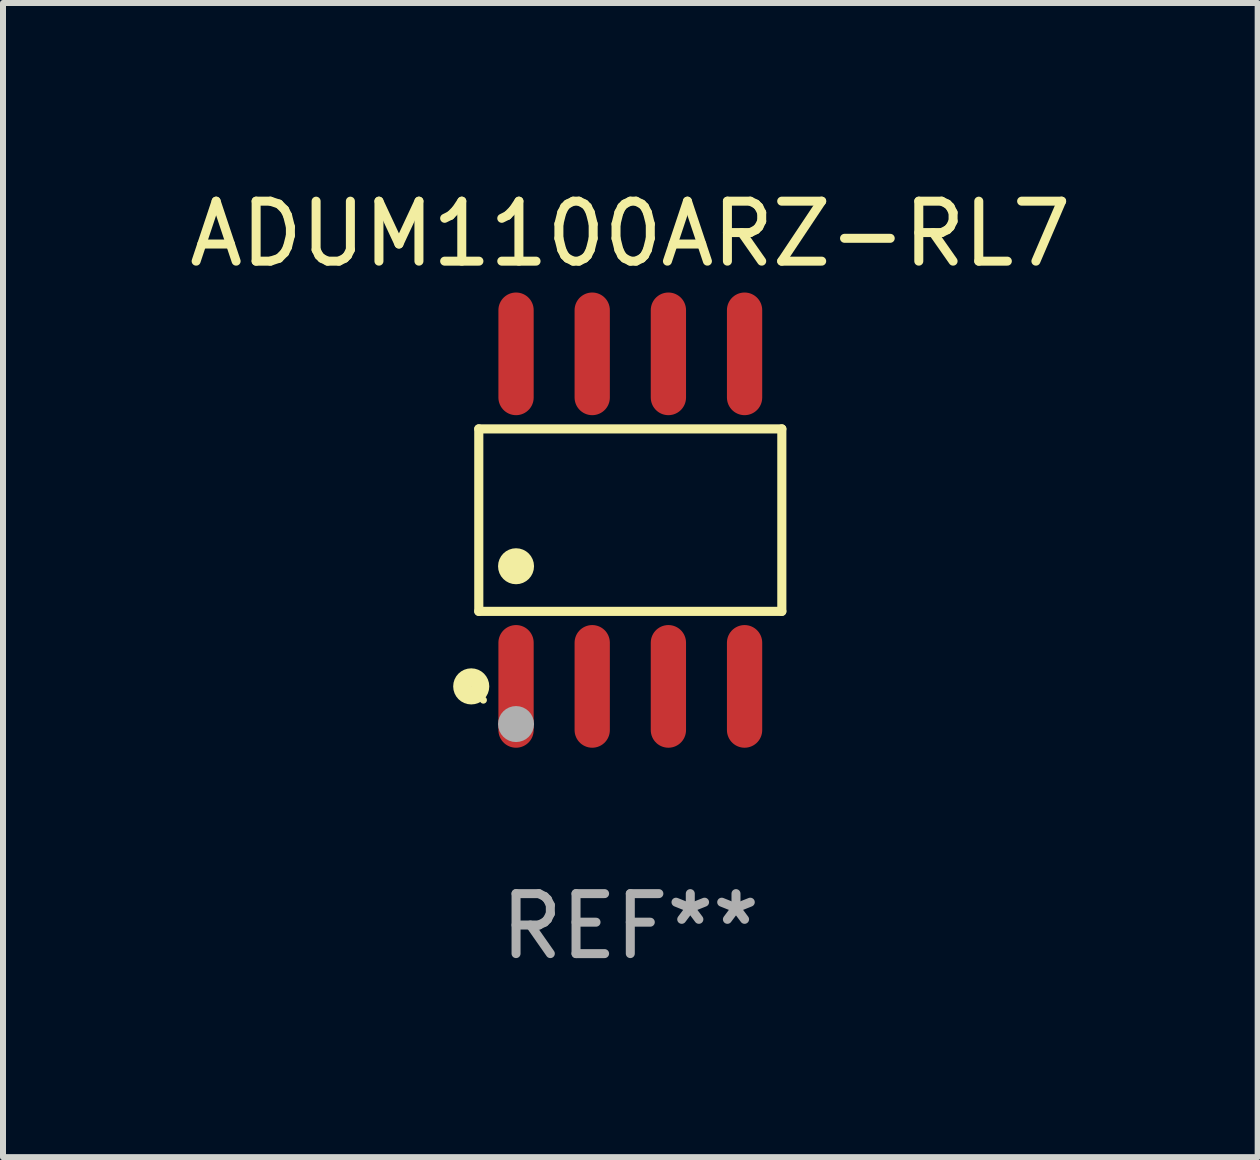
<source format=kicad_pcb>
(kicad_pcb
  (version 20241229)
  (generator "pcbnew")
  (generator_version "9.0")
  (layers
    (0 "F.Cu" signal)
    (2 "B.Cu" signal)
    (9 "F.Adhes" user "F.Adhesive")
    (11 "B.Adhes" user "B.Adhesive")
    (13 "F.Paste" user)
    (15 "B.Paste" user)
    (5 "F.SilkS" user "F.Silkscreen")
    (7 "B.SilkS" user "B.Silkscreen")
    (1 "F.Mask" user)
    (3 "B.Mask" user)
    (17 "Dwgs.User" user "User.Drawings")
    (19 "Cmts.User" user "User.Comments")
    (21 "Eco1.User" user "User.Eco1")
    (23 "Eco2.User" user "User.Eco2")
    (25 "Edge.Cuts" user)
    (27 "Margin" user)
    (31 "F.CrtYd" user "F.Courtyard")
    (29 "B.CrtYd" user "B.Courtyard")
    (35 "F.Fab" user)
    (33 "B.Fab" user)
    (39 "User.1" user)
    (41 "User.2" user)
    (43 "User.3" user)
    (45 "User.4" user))
  (footprint "ADUM1100ARZ-RL7"
    (layer "F.Cu")
    (at 7.458 5.621)
    (property "Reference" "ADUM1100ARZ-RL7" (at 0 -4.772 0) (layer "F.SilkS") (effects (font (size 1 1) (thickness 0.15))))
    (attr through_hole)
    (fp_line (start -2.526 -1.521) (end 2.526 -1.521) (stroke (width 0.152) (type solid)) (layer "F.SilkS"))
    (fp_line (start -2.526 1.521) (end -2.526 -1.521) (stroke (width 0.152) (type solid)) (layer "F.SilkS"))
    (fp_line (start 2.526 -1.521) (end 2.526 1.521) (stroke (width 0.152) (type solid)) (layer "F.SilkS"))
    (fp_line (start 2.526 1.521) (end -2.526 1.521) (stroke (width 0.152) (type solid)) (layer "F.SilkS"))
    (fp_circle (center -2.652 2.772) (end -2.501 2.772) (stroke (width 0.3) (type solid)) (fill no) (layer "F.SilkS"))
    (fp_circle (center -2.45 3) (end -2.42 3) (stroke (width 0.06) (type solid)) (fill no) (layer "F.SilkS"))
    (fp_circle (center -1.905 0.769) (end -1.755 0.769) (stroke (width 0.3) (type solid)) (fill no) (layer "F.SilkS"))
    (fp_circle (center -1.905 3.4) (end -1.755 3.4) (stroke (width 0.3) (type solid)) (fill no) (layer "F.Fab"))
    (fp_text user "REF**" (at 0 6.772 0) (layer "F.Fab") (effects (font (size 1 1) (thickness 0.15))))
    (pad "1" smd oval (at -1.905 2.772) (size 0.588 2.045) (layers "F.Cu" "F.Mask" "F.Paste"))
    (pad "2" smd oval (at -0.635 2.772) (size 0.588 2.045) (layers "F.Cu" "F.Mask" "F.Paste"))
    (pad "3" smd oval (at 0.635 2.772) (size 0.588 2.045) (layers "F.Cu" "F.Mask" "F.Paste"))
    (pad "4" smd oval (at 1.905 2.772) (size 0.588 2.045) (layers "F.Cu" "F.Mask" "F.Paste"))
    (pad "5" smd oval (at 1.905 -2.772) (size 0.588 2.045) (layers "F.Cu" "F.Mask" "F.Paste"))
    (pad "6" smd oval (at 0.635 -2.772) (size 0.588 2.045) (layers "F.Cu" "F.Mask" "F.Paste"))
    (pad "7" smd oval (at -0.635 -2.772) (size 0.588 2.045) (layers "F.Cu" "F.Mask" "F.Paste"))
    (pad "8" smd oval (at -1.905 -2.772) (size 0.588 2.045) (layers "F.Cu" "F.Mask" "F.Paste")))
  (gr_rect
    (start -3 -3)
    (end 17.917 16.241)
    (stroke (width 0.1) (type default))
    (fill no)
    (layer "Edge.Cuts")))
</source>
